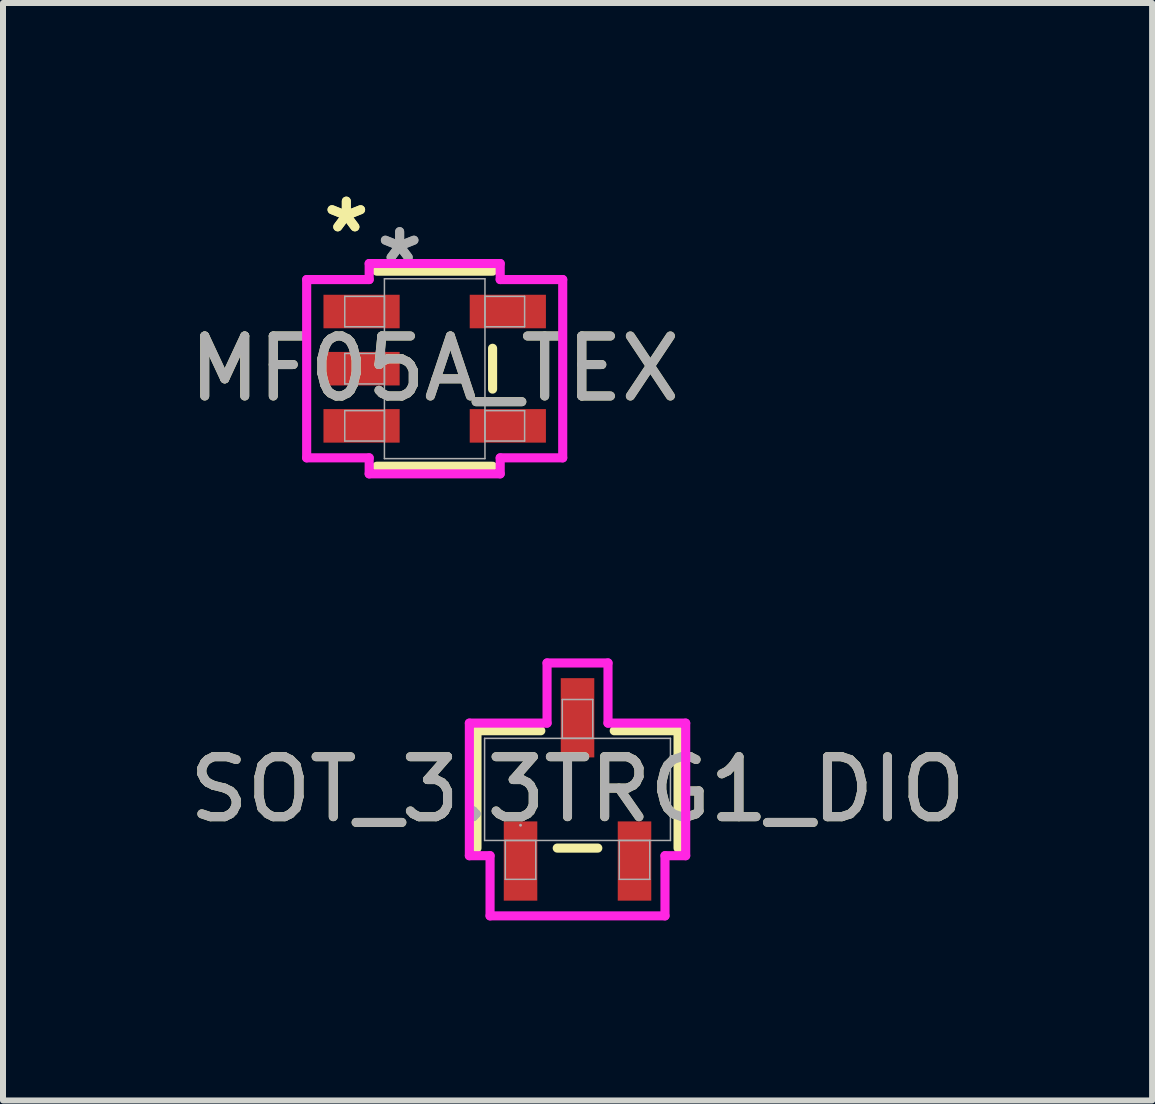
<source format=kicad_pcb>
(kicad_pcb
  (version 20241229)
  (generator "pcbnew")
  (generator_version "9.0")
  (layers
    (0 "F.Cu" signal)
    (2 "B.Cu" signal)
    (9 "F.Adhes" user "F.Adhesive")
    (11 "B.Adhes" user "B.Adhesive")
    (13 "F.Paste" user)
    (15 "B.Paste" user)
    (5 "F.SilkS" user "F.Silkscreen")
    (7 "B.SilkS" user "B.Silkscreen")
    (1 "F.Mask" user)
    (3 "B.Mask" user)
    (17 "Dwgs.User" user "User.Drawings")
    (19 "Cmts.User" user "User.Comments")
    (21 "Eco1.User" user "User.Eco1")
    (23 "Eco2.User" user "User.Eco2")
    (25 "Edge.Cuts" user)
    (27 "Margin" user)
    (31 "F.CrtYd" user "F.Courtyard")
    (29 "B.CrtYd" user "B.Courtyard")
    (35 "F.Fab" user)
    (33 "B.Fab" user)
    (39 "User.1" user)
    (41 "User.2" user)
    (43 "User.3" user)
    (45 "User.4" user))
  (footprint "SOT_3.3TRG1_DIO"
    (layer "F.Cu")
    (at 6.577 10.109)
    (property "Reference" "SOT_3.3TRG1_DIO" (at 0 0 0) (unlocked yes) (layer "F.SilkS") (effects (font (size 1 1) (thickness 0.15))))
    (attr smd)
    (fp_line (start -1.676 -0.978) (end -1.676 0.978) (stroke (width 0.152) (type solid)) (layer "F.SilkS"))
    (fp_line (start -0.612 -0.978) (end -1.676 -0.978) (stroke (width 0.152) (type solid)) (layer "F.SilkS"))
    (fp_line (start -0.338 0.978) (end 0.338 0.978) (stroke (width 0.152) (type solid)) (layer "F.SilkS"))
    (fp_line (start 1.676 -0.978) (end 0.612 -0.978) (stroke (width 0.152) (type solid)) (layer "F.SilkS"))
    (fp_line (start 1.676 0.978) (end 1.676 -0.978) (stroke (width 0.152) (type solid)) (layer "F.SilkS"))
    (fp_line (start -1.803 -1.105) (end -0.508 -1.105) (stroke (width 0.152) (type solid)) (layer "F.CrtYd"))
    (fp_line (start -1.803 1.105) (end -1.803 -1.105) (stroke (width 0.152) (type solid)) (layer "F.CrtYd"))
    (fp_line (start -1.803 1.105) (end -1.458 1.105) (stroke (width 0.152) (type solid)) (layer "F.CrtYd"))
    (fp_line (start -1.458 1.105) (end -1.458 2.108) (stroke (width 0.152) (type solid)) (layer "F.CrtYd"))
    (fp_line (start -1.458 2.108) (end 1.458 2.108) (stroke (width 0.152) (type solid)) (layer "F.CrtYd"))
    (fp_line (start -0.508 -2.108) (end 0.508 -2.108) (stroke (width 0.152) (type solid)) (layer "F.CrtYd"))
    (fp_line (start -0.508 -1.105) (end -0.508 -2.108) (stroke (width 0.152) (type solid)) (layer "F.CrtYd"))
    (fp_line (start 0.508 -1.105) (end 0.508 -2.108) (stroke (width 0.152) (type solid)) (layer "F.CrtYd"))
    (fp_line (start 1.458 1.105) (end 1.458 2.108) (stroke (width 0.152) (type solid)) (layer "F.CrtYd"))
    (fp_line (start 1.803 -1.105) (end 0.508 -1.105) (stroke (width 0.152) (type solid)) (layer "F.CrtYd"))
    (fp_line (start 1.803 -1.105) (end 1.803 1.105) (stroke (width 0.152) (type solid)) (layer "F.CrtYd"))
    (fp_line (start 1.803 1.105) (end 1.458 1.105) (stroke (width 0.152) (type solid)) (layer "F.CrtYd"))
    (fp_line (start -1.549 -0.851) (end -1.549 0.851) (stroke (width 0.025) (type solid)) (layer "F.Fab"))
    (fp_line (start -1.549 0.851) (end 1.549 0.851) (stroke (width 0.025) (type solid)) (layer "F.Fab"))
    (fp_line (start -1.204 0.851) (end -1.204 1.499) (stroke (width 0.025) (type solid)) (layer "F.Fab"))
    (fp_line (start -1.204 1.499) (end -0.696 1.499) (stroke (width 0.025) (type solid)) (layer "F.Fab"))
    (fp_line (start -0.696 0.851) (end -1.204 0.851) (stroke (width 0.025) (type solid)) (layer "F.Fab"))
    (fp_line (start -0.696 1.499) (end -0.696 0.851) (stroke (width 0.025) (type solid)) (layer "F.Fab"))
    (fp_line (start -0.254 -1.499) (end -0.254 -0.851) (stroke (width 0.025) (type solid)) (layer "F.Fab"))
    (fp_line (start -0.254 -0.851) (end 0.254 -0.851) (stroke (width 0.025) (type solid)) (layer "F.Fab"))
    (fp_line (start 0.254 -1.499) (end -0.254 -1.499) (stroke (width 0.025) (type solid)) (layer "F.Fab"))
    (fp_line (start 0.254 -0.851) (end 0.254 -1.499) (stroke (width 0.025) (type solid)) (layer "F.Fab"))
    (fp_line (start 0.696 0.851) (end 0.696 1.499) (stroke (width 0.025) (type solid)) (layer "F.Fab"))
    (fp_line (start 0.696 1.499) (end 1.204 1.499) (stroke (width 0.025) (type solid)) (layer "F.Fab"))
    (fp_line (start 1.204 0.851) (end 0.696 0.851) (stroke (width 0.025) (type solid)) (layer "F.Fab"))
    (fp_line (start 1.204 1.499) (end 1.204 0.851) (stroke (width 0.025) (type solid)) (layer "F.Fab"))
    (fp_line (start 1.549 -0.851) (end -1.549 -0.851) (stroke (width 0.025) (type solid)) (layer "F.Fab"))
    (fp_line (start 1.549 0.851) (end 1.549 -0.851) (stroke (width 0.025) (type solid)) (layer "F.Fab"))
    (fp_circle (center -0.95 0.597) (end -0.95 0.597) (stroke (width 0.025) (type solid)) (fill no) (layer "F.Fab"))
    (fp_text user "${REFERENCE}" (at 0 0 0) (unlocked yes) (layer "F.Fab") (effects (font (size 1 1) (thickness 0.15))))
    (pad "1" smd rect (at -0.95 1.194) (size 0.559 1.321) (layers "F.Cu" "F.Mask" "F.Paste"))
    (pad "2" smd rect (at 0.95 1.194) (size 0.559 1.321) (layers "F.Cu" "F.Mask" "F.Paste"))
    (pad "3" smd rect (at 0 -1.194) (size 0.559 1.321) (layers "F.Cu" "F.Mask" "F.Paste")))
  (footprint "MF05A_TEX"
    (layer "F.Cu")
    (at 4.196 3.096)
    (property "Reference" "MF05A_TEX" (at 0 0 0) (unlocked yes) (layer "F.SilkS") (effects (font (size 1 1) (thickness 0.15))))
    (attr smd)
    (fp_line (start -0.965 1.626) (end 0.965 1.626) (stroke (width 0.152) (type solid)) (layer "F.SilkS"))
    (fp_line (start 0.965 -1.626) (end -0.965 -1.626) (stroke (width 0.152) (type solid)) (layer "F.SilkS"))
    (fp_line (start 0.965 0.34) (end 0.965 -0.34) (stroke (width 0.152) (type solid)) (layer "F.SilkS"))
    (fp_line (start -2.134 -1.486) (end -1.092 -1.486) (stroke (width 0.152) (type solid)) (layer "F.CrtYd"))
    (fp_line (start -2.134 1.486) (end -2.134 -1.486) (stroke (width 0.152) (type solid)) (layer "F.CrtYd"))
    (fp_line (start -1.092 -1.753) (end 1.092 -1.753) (stroke (width 0.152) (type solid)) (layer "F.CrtYd"))
    (fp_line (start -1.092 -1.486) (end -1.092 -1.753) (stroke (width 0.152) (type solid)) (layer "F.CrtYd"))
    (fp_line (start -1.092 1.486) (end -2.134 1.486) (stroke (width 0.152) (type solid)) (layer "F.CrtYd"))
    (fp_line (start -1.092 1.753) (end -1.092 1.486) (stroke (width 0.152) (type solid)) (layer "F.CrtYd"))
    (fp_line (start 1.092 -1.753) (end 1.092 -1.486) (stroke (width 0.152) (type solid)) (layer "F.CrtYd"))
    (fp_line (start 1.092 -1.486) (end 2.134 -1.486) (stroke (width 0.152) (type solid)) (layer "F.CrtYd"))
    (fp_line (start 1.092 1.486) (end 1.092 1.753) (stroke (width 0.152) (type solid)) (layer "F.CrtYd"))
    (fp_line (start 1.092 1.753) (end -1.092 1.753) (stroke (width 0.152) (type solid)) (layer "F.CrtYd"))
    (fp_line (start 2.134 -1.486) (end 2.134 1.486) (stroke (width 0.152) (type solid)) (layer "F.CrtYd"))
    (fp_line (start 2.134 1.486) (end 1.092 1.486) (stroke (width 0.152) (type solid)) (layer "F.CrtYd"))
    (fp_line (start -1.499 -1.206) (end -1.499 -0.699) (stroke (width 0.025) (type solid)) (layer "F.Fab"))
    (fp_line (start -1.499 -0.699) (end -0.838 -0.699) (stroke (width 0.025) (type solid)) (layer "F.Fab"))
    (fp_line (start -1.499 -0.254) (end -1.499 0.254) (stroke (width 0.025) (type solid)) (layer "F.Fab"))
    (fp_line (start -1.499 0.254) (end -0.838 0.254) (stroke (width 0.025) (type solid)) (layer "F.Fab"))
    (fp_line (start -1.499 0.699) (end -1.499 1.206) (stroke (width 0.025) (type solid)) (layer "F.Fab"))
    (fp_line (start -1.499 1.206) (end -0.838 1.206) (stroke (width 0.025) (type solid)) (layer "F.Fab"))
    (fp_line (start -0.838 -1.499) (end -0.838 1.499) (stroke (width 0.025) (type solid)) (layer "F.Fab"))
    (fp_line (start -0.838 -1.206) (end -1.499 -1.206) (stroke (width 0.025) (type solid)) (layer "F.Fab"))
    (fp_line (start -0.838 -0.699) (end -0.838 -1.206) (stroke (width 0.025) (type solid)) (layer "F.Fab"))
    (fp_line (start -0.838 -0.254) (end -1.499 -0.254) (stroke (width 0.025) (type solid)) (layer "F.Fab"))
    (fp_line (start -0.838 0.254) (end -0.838 -0.254) (stroke (width 0.025) (type solid)) (layer "F.Fab"))
    (fp_line (start -0.838 0.699) (end -1.499 0.699) (stroke (width 0.025) (type solid)) (layer "F.Fab"))
    (fp_line (start -0.838 1.206) (end -0.838 0.699) (stroke (width 0.025) (type solid)) (layer "F.Fab"))
    (fp_line (start -0.838 1.499) (end 0.838 1.499) (stroke (width 0.025) (type solid)) (layer "F.Fab"))
    (fp_line (start 0.838 -1.499) (end -0.838 -1.499) (stroke (width 0.025) (type solid)) (layer "F.Fab"))
    (fp_line (start 0.838 -1.206) (end 0.838 -0.699) (stroke (width 0.025) (type solid)) (layer "F.Fab"))
    (fp_line (start 0.838 -0.699) (end 1.499 -0.699) (stroke (width 0.025) (type solid)) (layer "F.Fab"))
    (fp_line (start 0.838 0.699) (end 0.838 1.206) (stroke (width 0.025) (type solid)) (layer "F.Fab"))
    (fp_line (start 0.838 1.206) (end 1.499 1.206) (stroke (width 0.025) (type solid)) (layer "F.Fab"))
    (fp_line (start 0.838 1.499) (end 0.838 -1.499) (stroke (width 0.025) (type solid)) (layer "F.Fab"))
    (fp_line (start 1.499 -1.206) (end 0.838 -1.206) (stroke (width 0.025) (type solid)) (layer "F.Fab"))
    (fp_line (start 1.499 -0.699) (end 1.499 -1.206) (stroke (width 0.025) (type solid)) (layer "F.Fab"))
    (fp_line (start 1.499 0.699) (end 0.838 0.699) (stroke (width 0.025) (type solid)) (layer "F.Fab"))
    (fp_line (start 1.499 1.206) (end 1.499 0.699) (stroke (width 0.025) (type solid)) (layer "F.Fab"))
    (fp_text user "*" (at -1.473 -2.248 0) (unlocked yes) (layer "F.SilkS") (effects (font (size 1 1) (thickness 0.15))))
    (fp_text user "*" (at -1.473 -2.248 0) (layer "F.SilkS") (effects (font (size 1 1) (thickness 0.15))))
    (fp_text user "*" (at -0.584 -1.74 0) (layer "F.Fab") (effects (font (size 1 1) (thickness 0.15))))
    (fp_text user "${REFERENCE}" (at 0 0 0) (unlocked yes) (layer "F.Fab") (effects (font (size 1 1) (thickness 0.15))))
    (fp_text user "*" (at -0.584 -1.74 0) (unlocked yes) (layer "F.Fab") (effects (font (size 1 1) (thickness 0.15))))
    (pad "1" smd rect (at -1.219 -0.953) (size 1.27 0.559) (layers "F.Cu" "F.Mask" "F.Paste"))
    (pad "2" smd rect (at -1.219 0) (size 1.27 0.559) (layers "F.Cu" "F.Mask" "F.Paste"))
    (pad "3" smd rect (at -1.219 0.953) (size 1.27 0.559) (layers "F.Cu" "F.Mask" "F.Paste"))
    (pad "4" smd rect (at 1.219 0.953) (size 1.27 0.559) (layers "F.Cu" "F.Mask" "F.Paste"))
    (pad "5" smd rect (at 1.219 -0.953) (size 1.27 0.559) (layers "F.Cu" "F.Mask" "F.Paste")))
  (gr_rect
    (start -3 -3)
    (end 16.155 15.294)
    (stroke (width 0.1) (type default))
    (fill no)
    (layer "Edge.Cuts")))
</source>
